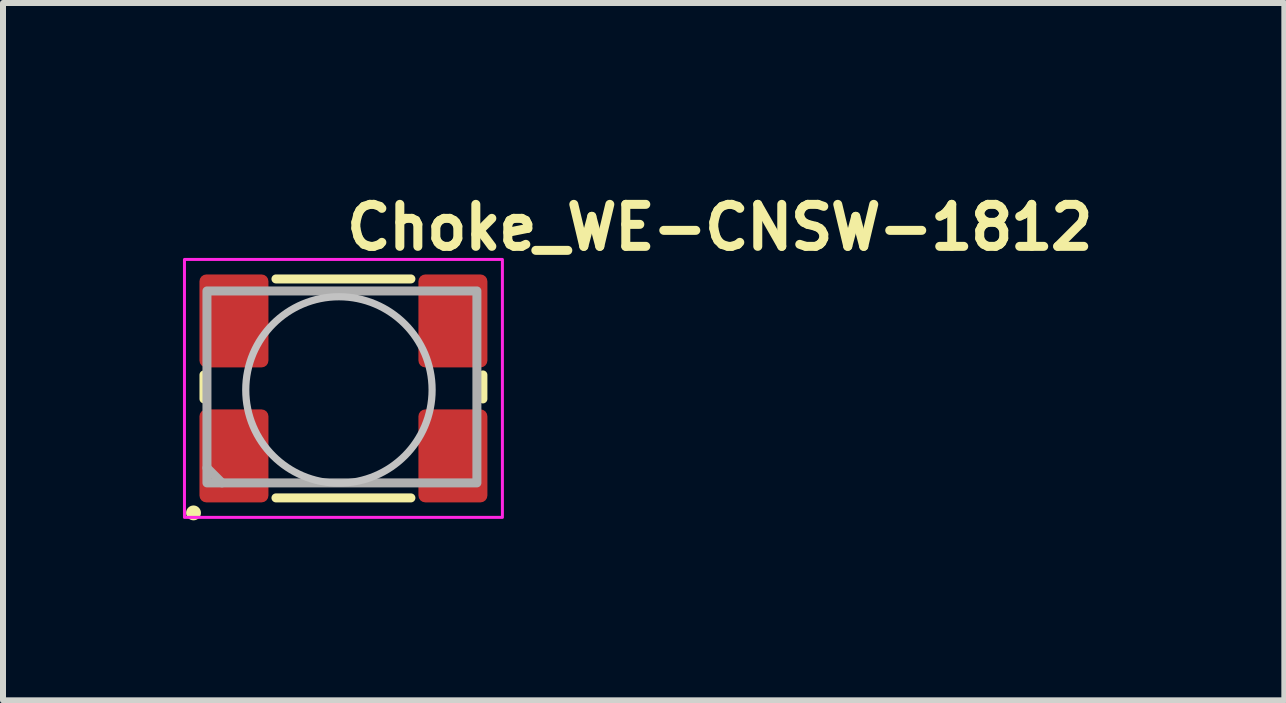
<source format=kicad_pcb>
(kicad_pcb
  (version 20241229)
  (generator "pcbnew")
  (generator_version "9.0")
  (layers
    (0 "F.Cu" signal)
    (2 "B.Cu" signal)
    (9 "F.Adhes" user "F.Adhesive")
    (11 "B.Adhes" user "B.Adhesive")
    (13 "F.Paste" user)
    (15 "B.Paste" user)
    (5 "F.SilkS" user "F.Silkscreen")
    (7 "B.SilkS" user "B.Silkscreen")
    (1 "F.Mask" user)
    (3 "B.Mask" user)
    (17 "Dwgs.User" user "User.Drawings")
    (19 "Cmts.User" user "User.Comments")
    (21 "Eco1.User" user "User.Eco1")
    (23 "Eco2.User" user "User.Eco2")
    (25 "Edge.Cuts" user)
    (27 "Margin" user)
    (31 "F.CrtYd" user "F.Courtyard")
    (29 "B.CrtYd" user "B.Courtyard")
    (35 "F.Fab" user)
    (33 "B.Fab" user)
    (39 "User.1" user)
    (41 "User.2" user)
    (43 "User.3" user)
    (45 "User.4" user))
  (footprint "Choke_WE-CNSW-1812"
    (layer "F.Cu")
    (at 2.65 3.4)
    (property "Reference" "Choke_WE-CNSW-1812" (at 0 -2.25 180) (layer "F.SilkS") (effects (font (size 0.7 0.7) (thickness 0.15)) (justify left bottom)))
    (attr smd)
    (fp_line (start -2.3 -0.2) (end -2.3 0.2) (stroke (width 0.15) (type solid)) (layer "F.SilkS"))
    (fp_line (start -1.1 -1.8) (end 1.15 -1.8) (stroke (width 0.15) (type solid)) (layer "F.SilkS"))
    (fp_line (start -1.1 1.85) (end 1.15 1.85) (stroke (width 0.15) (type solid)) (layer "F.SilkS"))
    (fp_line (start 2.35 -0.2) (end 2.35 0.2) (stroke (width 0.15) (type solid)) (layer "F.SilkS"))
    (fp_circle (center -2.474 2.1) (end -2.425 2.1) (stroke (width 0.15) (type solid)) (fill yes) (layer "F.SilkS"))
    (fp_circle (center -0.05 0.05) (end 0.8 -1.25) (stroke (width 0.12) (type solid)) (fill no) (layer "Dwgs.User"))
    (fp_rect (start -2.625 -2.125) (end 2.675 2.175) (stroke (width 0.05) (type solid)) (fill no) (layer "F.CrtYd"))
    (fp_line (start -2 1.6) (end -2.25 1.35) (stroke (width 0.15) (type solid)) (layer "F.Fab"))
    (fp_rect (start -2.25 -1.6) (end 2.25 1.6) (stroke (width 0.15) (type solid)) (fill no) (layer "F.Fab"))
    (fp_rect (start -2.25 -1.6) (end 2.25 1.6) (stroke (width 0.1) (type solid)) (fill no) (layer "User.5"))
    (fp_line (start -2.25 -1.6) (end 2.25 -1.6) (stroke (width 0.02) (type solid)) (layer "User.9"))
    (fp_line (start -2.25 1.6) (end -2.25 -1.6) (stroke (width 0.02) (type solid)) (layer "User.9"))
    (fp_line (start 2.25 -1.6) (end 2.25 1.6) (stroke (width 0.02) (type solid)) (layer "User.9"))
    (fp_line (start 2.25 1.6) (end -2.25 1.6) (stroke (width 0.02) (type solid)) (layer "User.9"))
    (pad "1" smd roundrect (at -1.8 1.15 90) (size 1.55 1.15) (layers "F.Cu" "F.Mask" "F.Paste") (roundrect_rratio 0.1))
    (pad "2" smd roundrect (at 1.85 1.15 90) (size 1.55 1.15) (layers "F.Cu" "F.Mask" "F.Paste") (roundrect_rratio 0.1))
    (pad "3" smd roundrect (at 1.85 -1.1 90) (size 1.55 1.15) (layers "F.Cu" "F.Mask" "F.Paste") (roundrect_rratio 0.1))
    (pad "4" smd roundrect (at -1.8 -1.1 90) (size 1.55 1.15) (layers "F.Cu" "F.Mask" "F.Paste") (roundrect_rratio 0.1)))
  (gr_rect
    (start -3 -3)
    (end 18.36 8.624)
    (stroke (width 0.1) (type default))
    (fill no)
    (layer "Edge.Cuts")))
</source>
